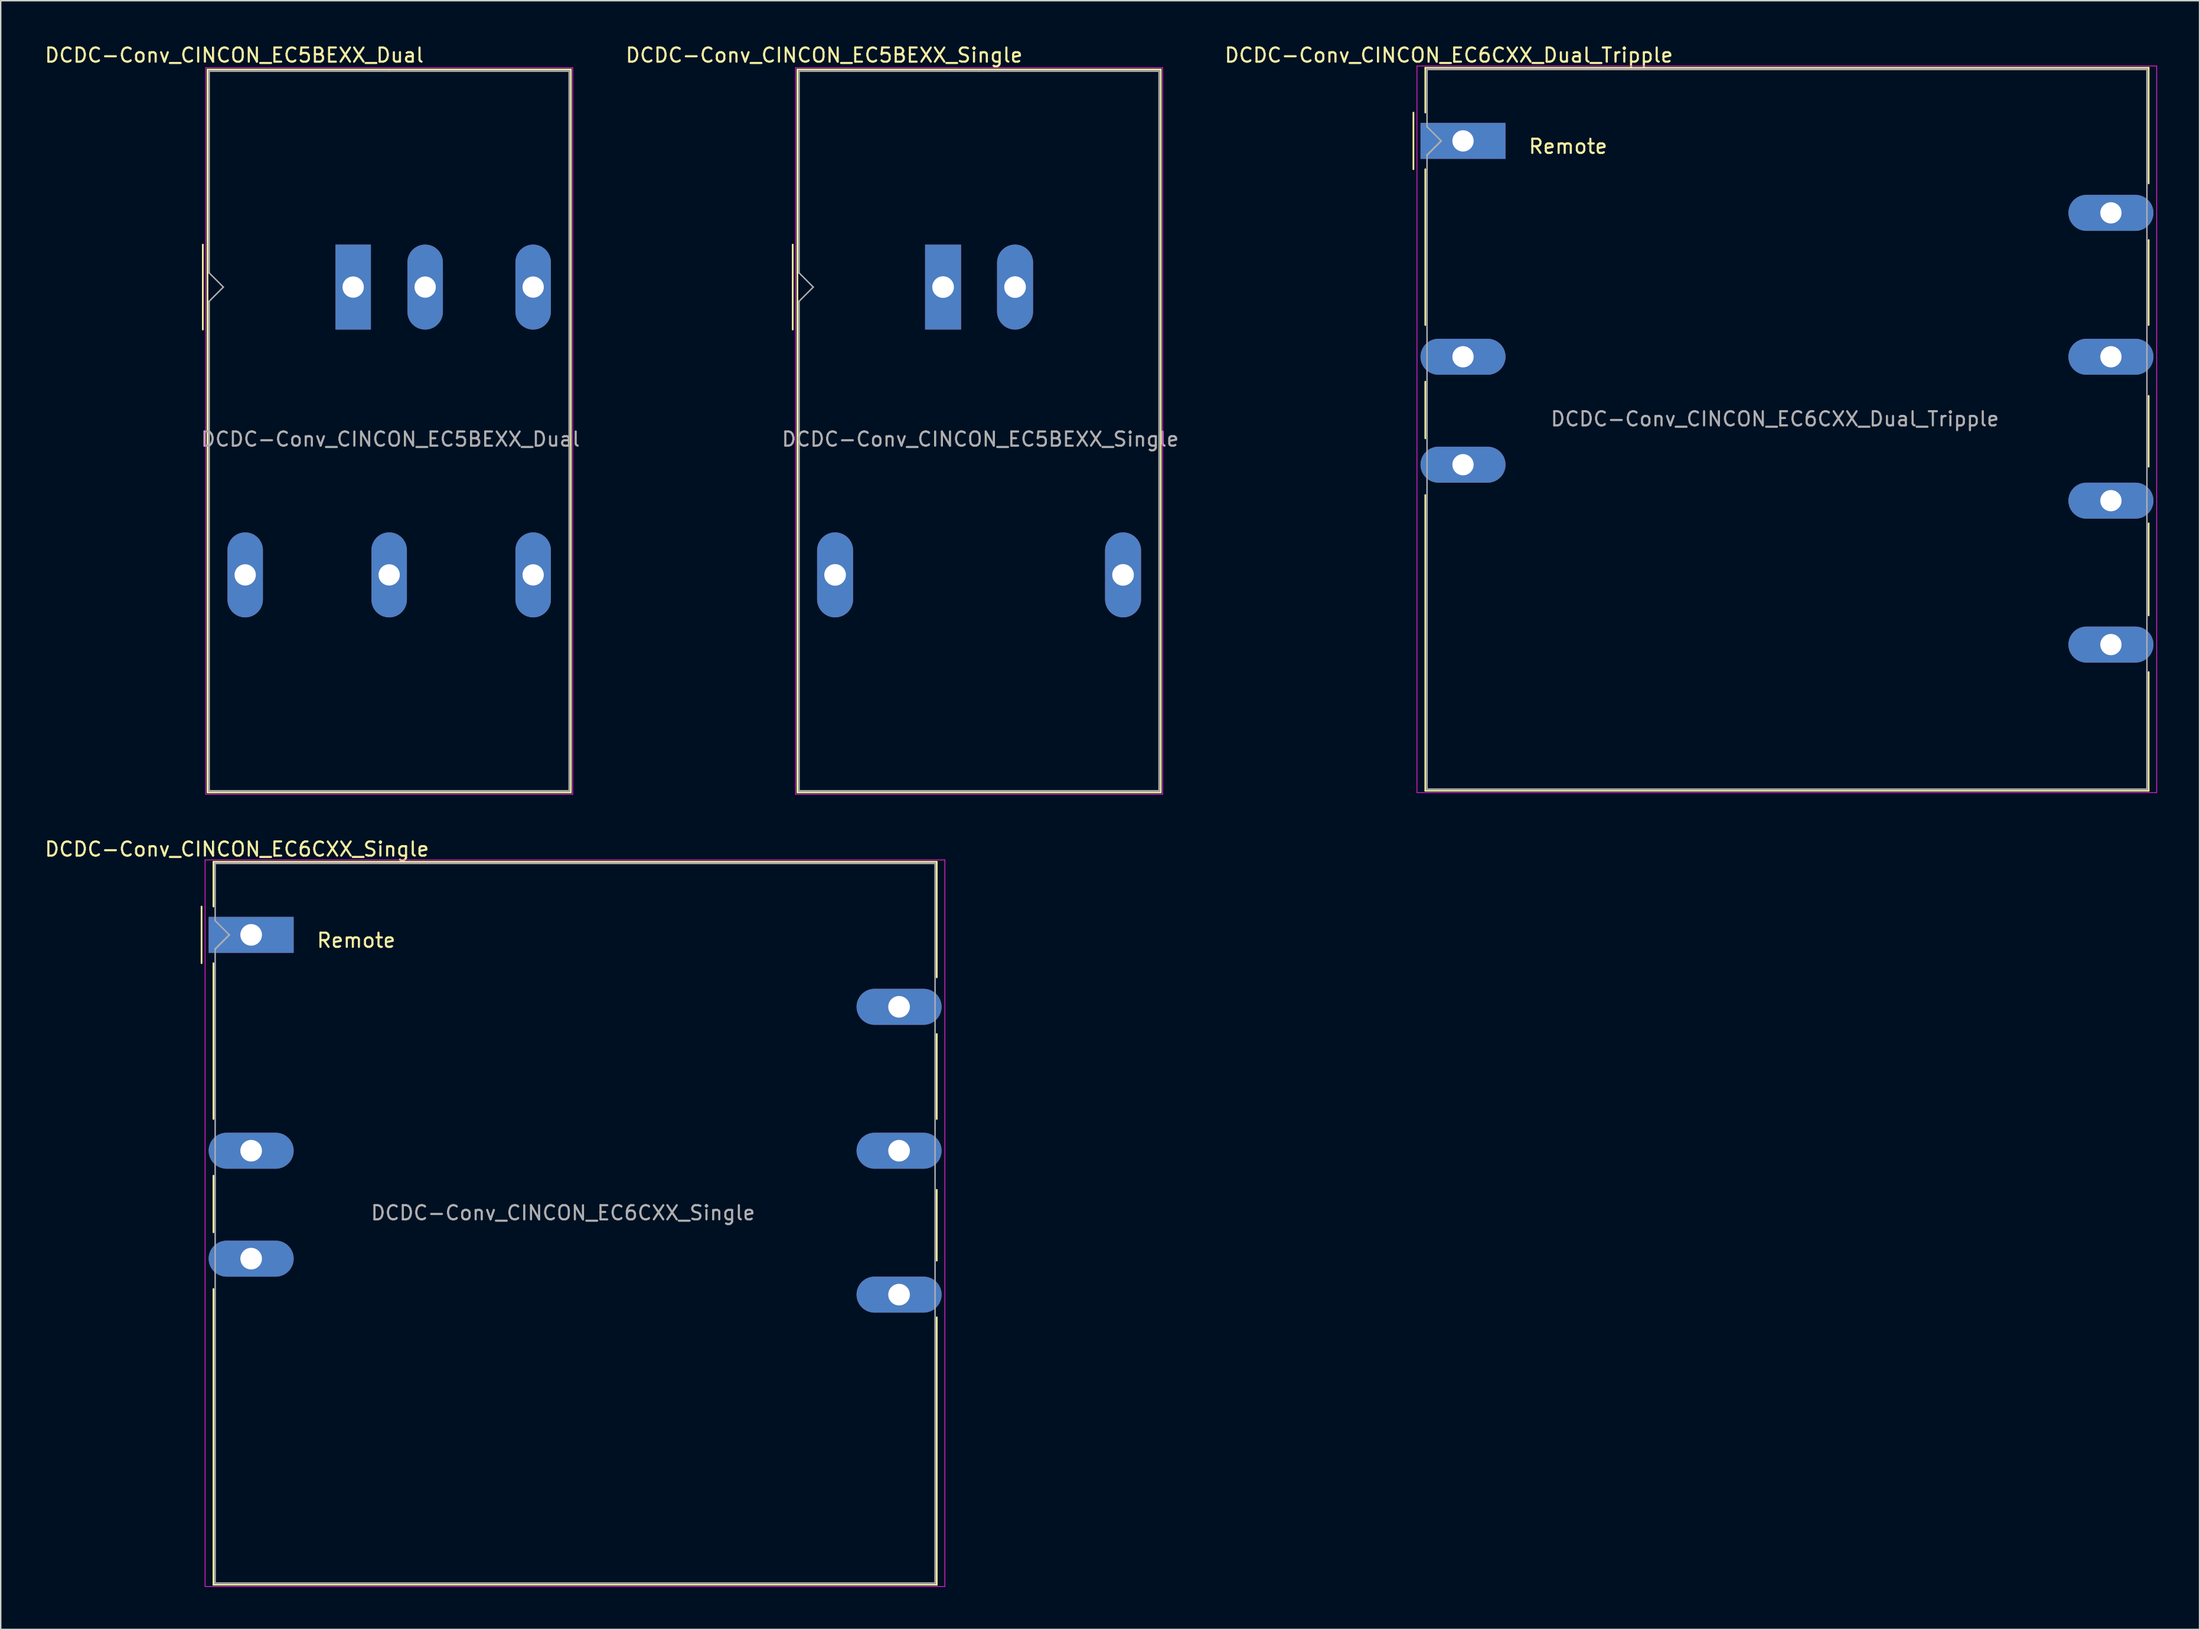
<source format=kicad_pcb>
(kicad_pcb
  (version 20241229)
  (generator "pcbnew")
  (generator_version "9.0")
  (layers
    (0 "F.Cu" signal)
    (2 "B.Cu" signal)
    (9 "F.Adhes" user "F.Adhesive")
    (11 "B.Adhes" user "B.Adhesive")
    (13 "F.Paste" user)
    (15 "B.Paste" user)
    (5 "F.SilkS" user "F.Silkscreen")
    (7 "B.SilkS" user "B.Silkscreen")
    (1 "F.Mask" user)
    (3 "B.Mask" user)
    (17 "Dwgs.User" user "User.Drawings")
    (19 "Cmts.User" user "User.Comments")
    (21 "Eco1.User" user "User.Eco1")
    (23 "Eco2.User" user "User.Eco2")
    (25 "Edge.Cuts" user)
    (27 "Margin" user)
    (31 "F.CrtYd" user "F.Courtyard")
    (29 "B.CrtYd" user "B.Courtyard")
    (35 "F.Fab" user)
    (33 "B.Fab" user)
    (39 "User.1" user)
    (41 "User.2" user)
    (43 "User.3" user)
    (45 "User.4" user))
  (footprint "DCDC-Conv_CINCON_EC5BEXX_Dual"
    (layer "F.Cu")
    (at 21.872 17.218)
    (property "Reference" "DCDC-Conv_CINCON_EC5BEXX_Dual" (at -8.39 -16.37 180) (layer "F.SilkS") (effects (font (size 1 1) (thickness 0.15))))
    (attr through_hole)
    (fp_line (start -10.61 -3) (end -10.61 3) (stroke (width 0.12) (type solid)) (layer "F.SilkS"))
    (fp_line (start -10.28 -15.36) (end 15.36 -15.36) (stroke (width 0.12) (type solid)) (layer "F.SilkS"))
    (fp_line (start -10.28 35.68) (end -10.28 -15.36) (stroke (width 0.12) (type solid)) (layer "F.SilkS"))
    (fp_line (start 15.36 -15.36) (end 15.36 35.68) (stroke (width 0.12) (type solid)) (layer "F.SilkS"))
    (fp_line (start 15.36 35.68) (end -10.28 35.68) (stroke (width 0.12) (type solid)) (layer "F.SilkS"))
    (fp_line (start -10.41 -15.49) (end 15.49 -15.49) (stroke (width 0.05) (type solid)) (layer "F.CrtYd"))
    (fp_line (start -10.41 35.8) (end -10.41 -15.49) (stroke (width 0.05) (type solid)) (layer "F.CrtYd"))
    (fp_line (start -10.41 35.81) (end 15.49 35.81) (stroke (width 0.05) (type solid)) (layer "F.CrtYd"))
    (fp_line (start 15.49 35.81) (end 15.49 -15.49) (stroke (width 0.05) (type solid)) (layer "F.CrtYd"))
    (fp_line (start -10.16 -1) (end -10.16 -15.24) (stroke (width 0.1) (type solid)) (layer "F.Fab"))
    (fp_line (start -10.16 1) (end -10.16 35.56) (stroke (width 0.1) (type solid)) (layer "F.Fab"))
    (fp_line (start -10.16 1) (end -9.16 0) (stroke (width 0.1) (type solid)) (layer "F.Fab"))
    (fp_line (start -10.16 35.56) (end 15.24 35.56) (stroke (width 0.1) (type solid)) (layer "F.Fab"))
    (fp_line (start -9.16 0) (end -10.16 -1) (stroke (width 0.1) (type solid)) (layer "F.Fab"))
    (fp_line (start 2.54 -15.24) (end -10.16 -15.24) (stroke (width 0.1) (type solid)) (layer "F.Fab"))
    (fp_line (start 15.24 -15.24) (end 2.54 -15.24) (stroke (width 0.1) (type solid)) (layer "F.Fab"))
    (fp_line (start 15.24 35.56) (end 15.24 -15.24) (stroke (width 0.1) (type solid)) (layer "F.Fab"))
    (fp_text user "${REFERENCE}" (at 2.63 10.74 0) (layer "F.Fab") (effects (font (size 1 1) (thickness 0.15))))
    (pad "1" thru_hole rect (at 0 0 90) (size 6 2.5) (drill 1.5) (layers "*.Cu" "*.Mask"))
    (pad "2" thru_hole oval (at 5.08 0 90) (size 6 2.5) (drill 1.5) (layers "*.Cu" "*.Mask"))
    (pad "3" thru_hole oval (at -7.62 20.32 90) (size 6 2.5) (drill 1.5) (layers "*.Cu" "*.Mask"))
    (pad "4" thru_hole oval (at 2.54 20.32 90) (size 6 2.5) (drill 1.5) (layers "*.Cu" "*.Mask"))
    (pad "5" thru_hole oval (at 12.7 20.32 90) (size 6 2.5) (drill 1.5) (layers "*.Cu" "*.Mask"))
    (pad "6" thru_hole oval (at 12.7 0 90) (size 6 2.5) (drill 1.5) (layers "*.Cu" "*.Mask")))
  (footprint "DCDC-Conv_CINCON_EC6CXX_Single"
    (layer "F.Cu")
    (at 14.673 62.952)
    (property "Reference" "DCDC-Conv_CINCON_EC6CXX_Single" (at -1 -6.05 0) (layer "F.SilkS") (effects (font (size 1 1) (thickness 0.15))))
    (attr through_hole)
    (fp_line (start -3.5 -2) (end -3.5 2) (stroke (width 0.12) (type solid)) (layer "F.SilkS"))
    (fp_line (start -2.66 -5.16) (end 48.38 -5.16) (stroke (width 0.12) (type solid)) (layer "F.SilkS"))
    (fp_line (start -2.66 -2) (end -2.66 -5.16) (stroke (width 0.12) (type solid)) (layer "F.SilkS"))
    (fp_line (start -2.66 2) (end -2.66 13) (stroke (width 0.12) (type solid)) (layer "F.SilkS"))
    (fp_line (start -2.66 17) (end -2.66 21) (stroke (width 0.12) (type solid)) (layer "F.SilkS"))
    (fp_line (start -2.66 25) (end -2.66 45.88) (stroke (width 0.12) (type solid)) (layer "F.SilkS"))
    (fp_line (start 48.38 -5.16) (end 48.38 3) (stroke (width 0.12) (type solid)) (layer "F.SilkS"))
    (fp_line (start 48.38 7) (end 48.38 13) (stroke (width 0.12) (type solid)) (layer "F.SilkS"))
    (fp_line (start 48.38 18) (end 48.38 23) (stroke (width 0.12) (type solid)) (layer "F.SilkS"))
    (fp_line (start 48.38 27) (end 48.38 45.88) (stroke (width 0.12) (type solid)) (layer "F.SilkS"))
    (fp_line (start 48.38 45.88) (end -2.66 45.88) (stroke (width 0.12) (type solid)) (layer "F.SilkS"))
    (fp_line (start -3.25 -5.29) (end -3.25 46.01) (stroke (width 0.05) (type solid)) (layer "F.CrtYd"))
    (fp_line (start -3.25 -5.29) (end 48.95 -5.29) (stroke (width 0.05) (type solid)) (layer "F.CrtYd"))
    (fp_line (start -3.25 46.01) (end 48.95 46.01) (stroke (width 0.05) (type solid)) (layer "F.CrtYd"))
    (fp_line (start 48.95 -5.29) (end 48.95 46.01) (stroke (width 0.05) (type solid)) (layer "F.CrtYd"))
    (fp_line (start -2.54 -5.04) (end 48.26 -5.04) (stroke (width 0.1) (type solid)) (layer "F.Fab"))
    (fp_line (start -2.54 -1) (end -2.54 -5.04) (stroke (width 0.1) (type solid)) (layer "F.Fab"))
    (fp_line (start -2.54 -1) (end -1.54 0) (stroke (width 0.1) (type solid)) (layer "F.Fab"))
    (fp_line (start -2.54 45.76) (end -2.54 1) (stroke (width 0.1) (type solid)) (layer "F.Fab"))
    (fp_line (start -1.54 0) (end -2.54 1) (stroke (width 0.12) (type solid)) (layer "F.Fab"))
    (fp_line (start 48.26 45.76) (end -2.54 45.76) (stroke (width 0.1) (type solid)) (layer "F.Fab"))
    (fp_line (start 48.26 45.76) (end 48.26 -5.04) (stroke (width 0.1) (type solid)) (layer "F.Fab"))
    (fp_text user "Remote" (at 7.414 0.391 0) (layer "F.SilkS") (effects (font (size 1 1) (thickness 0.15))))
    (fp_text user "${REFERENCE}" (at 22.01 19.63 0) (layer "F.Fab") (effects (font (size 1 1) (thickness 0.15))))
    (pad "1" thru_hole rect (at 0 0) (size 5.999 2.54) (drill 1.524) (layers "*.Cu" "*.Mask"))
    (pad "3" thru_hole oval (at 0 15.24) (size 6 2.54) (drill 1.524) (layers "*.Cu" "*.Mask"))
    (pad "4" thru_hole oval (at 0 22.86) (size 6 2.54) (drill 1.524) (layers "*.Cu" "*.Mask"))
    (pad "5" thru_hole oval (at 45.72 5.08) (size 5.999 2.54) (drill 1.524) (layers "*.Cu" "*.Mask"))
    (pad "6" thru_hole oval (at 45.72 15.24) (size 6 2.54) (drill 1.524) (layers "*.Cu" "*.Mask"))
    (pad "7" thru_hole oval (at 45.72 25.4) (size 6 2.54) (drill 1.524) (layers "*.Cu" "*.Mask")))
  (footprint "DCDC-Conv_CINCON_EC6CXX_Dual_Tripple"
    (layer "F.Cu")
    (at 100.189 6.898)
    (property "Reference" "DCDC-Conv_CINCON_EC6CXX_Dual_Tripple" (at -1 -6.05 0) (layer "F.SilkS") (effects (font (size 1 1) (thickness 0.15))))
    (attr through_hole)
    (fp_line (start -3.5 -2) (end -3.5 2) (stroke (width 0.12) (type solid)) (layer "F.SilkS"))
    (fp_line (start -2.66 -5.16) (end 48.38 -5.16) (stroke (width 0.12) (type solid)) (layer "F.SilkS"))
    (fp_line (start -2.66 -2) (end -2.66 -5.16) (stroke (width 0.12) (type solid)) (layer "F.SilkS"))
    (fp_line (start -2.66 2) (end -2.66 13) (stroke (width 0.12) (type solid)) (layer "F.SilkS"))
    (fp_line (start -2.66 17) (end -2.66 21) (stroke (width 0.12) (type solid)) (layer "F.SilkS"))
    (fp_line (start -2.66 25) (end -2.66 45.88) (stroke (width 0.12) (type solid)) (layer "F.SilkS"))
    (fp_line (start 48.38 -5.16) (end 48.38 3) (stroke (width 0.12) (type solid)) (layer "F.SilkS"))
    (fp_line (start 48.38 7) (end 48.38 13) (stroke (width 0.12) (type solid)) (layer "F.SilkS"))
    (fp_line (start 48.38 18) (end 48.38 23) (stroke (width 0.12) (type solid)) (layer "F.SilkS"))
    (fp_line (start 48.38 27) (end 48.38 33.5) (stroke (width 0.12) (type solid)) (layer "F.SilkS"))
    (fp_line (start 48.38 45.88) (end -2.66 45.88) (stroke (width 0.12) (type solid)) (layer "F.SilkS"))
    (fp_line (start 48.38 45.88) (end 48.38 37.5) (stroke (width 0.12) (type solid)) (layer "F.SilkS"))
    (fp_line (start -3.25 -5.29) (end -3.25 46.01) (stroke (width 0.05) (type solid)) (layer "F.CrtYd"))
    (fp_line (start -3.25 -5.29) (end 48.95 -5.29) (stroke (width 0.05) (type solid)) (layer "F.CrtYd"))
    (fp_line (start -3.25 46.01) (end 48.95 46.01) (stroke (width 0.05) (type solid)) (layer "F.CrtYd"))
    (fp_line (start 48.95 -5.29) (end 48.95 46.01) (stroke (width 0.05) (type solid)) (layer "F.CrtYd"))
    (fp_line (start -2.54 -5.04) (end 48.26 -5.04) (stroke (width 0.1) (type solid)) (layer "F.Fab"))
    (fp_line (start -2.54 -1) (end -2.54 -5.04) (stroke (width 0.1) (type solid)) (layer "F.Fab"))
    (fp_line (start -2.54 -1) (end -1.54 0) (stroke (width 0.1) (type solid)) (layer "F.Fab"))
    (fp_line (start -2.54 45.76) (end -2.54 1) (stroke (width 0.1) (type solid)) (layer "F.Fab"))
    (fp_line (start -1.54 0) (end -2.54 1) (stroke (width 0.12) (type solid)) (layer "F.Fab"))
    (fp_line (start 48.26 45.76) (end -2.54 45.76) (stroke (width 0.1) (type solid)) (layer "F.Fab"))
    (fp_line (start 48.26 45.76) (end 48.26 -5.04) (stroke (width 0.1) (type solid)) (layer "F.Fab"))
    (fp_text user "Remote" (at 7.414 0.391 0) (layer "F.SilkS") (effects (font (size 1 1) (thickness 0.15))))
    (fp_text user "${REFERENCE}" (at 22.01 19.63 0) (layer "F.Fab") (effects (font (size 1 1) (thickness 0.15))))
    (pad "1" thru_hole rect (at 0 0) (size 5.999 2.54) (drill 1.5) (layers "*.Cu" "*.Mask"))
    (pad "3" thru_hole oval (at 0 15.24) (size 6 2.54) (drill 1.5) (layers "*.Cu" "*.Mask"))
    (pad "4" thru_hole oval (at 0 22.86) (size 6 2.54) (drill 1.5) (layers "*.Cu" "*.Mask"))
    (pad "5" thru_hole oval (at 45.72 5.08) (size 5.999 2.54) (drill 1.5) (layers "*.Cu" "*.Mask"))
    (pad "6" thru_hole oval (at 45.72 15.24) (size 6 2.54) (drill 1.5) (layers "*.Cu" "*.Mask"))
    (pad "7" thru_hole oval (at 45.72 25.4) (size 6 2.54) (drill 1.5) (layers "*.Cu" "*.Mask"))
    (pad "13" thru_hole oval (at 45.72 35.56) (size 6 2.54) (drill 1.5) (layers "*.Cu" "*.Mask")))
  (footprint "DCDC-Conv_CINCON_EC5BEXX_Single"
    (layer "F.Cu")
    (at 63.499 17.218)
    (property "Reference" "DCDC-Conv_CINCON_EC5BEXX_Single" (at -8.39 -16.37 180) (layer "F.SilkS") (effects (font (size 1 1) (thickness 0.15))))
    (attr through_hole)
    (fp_line (start -10.61 -3) (end -10.61 3) (stroke (width 0.12) (type solid)) (layer "F.SilkS"))
    (fp_line (start -10.28 -15.36) (end 15.36 -15.36) (stroke (width 0.12) (type solid)) (layer "F.SilkS"))
    (fp_line (start -10.28 35.68) (end -10.28 -15.36) (stroke (width 0.12) (type solid)) (layer "F.SilkS"))
    (fp_line (start 15.36 -15.36) (end 15.36 35.68) (stroke (width 0.12) (type solid)) (layer "F.SilkS"))
    (fp_line (start 15.36 35.68) (end -10.28 35.68) (stroke (width 0.12) (type solid)) (layer "F.SilkS"))
    (fp_line (start -10.41 -15.49) (end 15.49 -15.49) (stroke (width 0.05) (type solid)) (layer "F.CrtYd"))
    (fp_line (start -10.41 35.8) (end -10.41 -15.49) (stroke (width 0.05) (type solid)) (layer "F.CrtYd"))
    (fp_line (start -10.41 35.81) (end 15.49 35.81) (stroke (width 0.05) (type solid)) (layer "F.CrtYd"))
    (fp_line (start 15.49 35.81) (end 15.49 -15.49) (stroke (width 0.05) (type solid)) (layer "F.CrtYd"))
    (fp_line (start -10.16 -1) (end -10.16 -15.24) (stroke (width 0.1) (type solid)) (layer "F.Fab"))
    (fp_line (start -10.16 1) (end -10.16 35.56) (stroke (width 0.1) (type solid)) (layer "F.Fab"))
    (fp_line (start -10.16 1) (end -9.16 0) (stroke (width 0.1) (type solid)) (layer "F.Fab"))
    (fp_line (start -10.16 35.56) (end 15.24 35.56) (stroke (width 0.1) (type solid)) (layer "F.Fab"))
    (fp_line (start -9.16 0) (end -10.16 -1) (stroke (width 0.1) (type solid)) (layer "F.Fab"))
    (fp_line (start 2.54 -15.24) (end -10.16 -15.24) (stroke (width 0.1) (type solid)) (layer "F.Fab"))
    (fp_line (start 15.24 -15.24) (end 2.54 -15.24) (stroke (width 0.1) (type solid)) (layer "F.Fab"))
    (fp_line (start 15.24 35.56) (end 15.24 -15.24) (stroke (width 0.1) (type solid)) (layer "F.Fab"))
    (fp_text user "${REFERENCE}" (at 2.63 10.74 0) (layer "F.Fab") (effects (font (size 1 1) (thickness 0.15))))
    (pad "1" thru_hole rect (at 0 0 90) (size 5.994 2.54) (drill 1.524) (layers "*.Cu" "*.Mask"))
    (pad "2" thru_hole oval (at 5.08 0 90) (size 6 2.54) (drill 1.524) (layers "*.Cu" "*.Mask"))
    (pad "3" thru_hole oval (at -7.62 20.32 90) (size 6 2.54) (drill 1.524) (layers "*.Cu" "*.Mask"))
    (pad "5" thru_hole oval (at 12.7 20.32 90) (size 6 2.54) (drill 1.524) (layers "*.Cu" "*.Mask")))
  (gr_rect
    (start -3 -3)
    (end 152.164 111.987)
    (stroke (width 0.1) (type default))
    (fill no)
    (layer "Edge.Cuts")))
</source>
